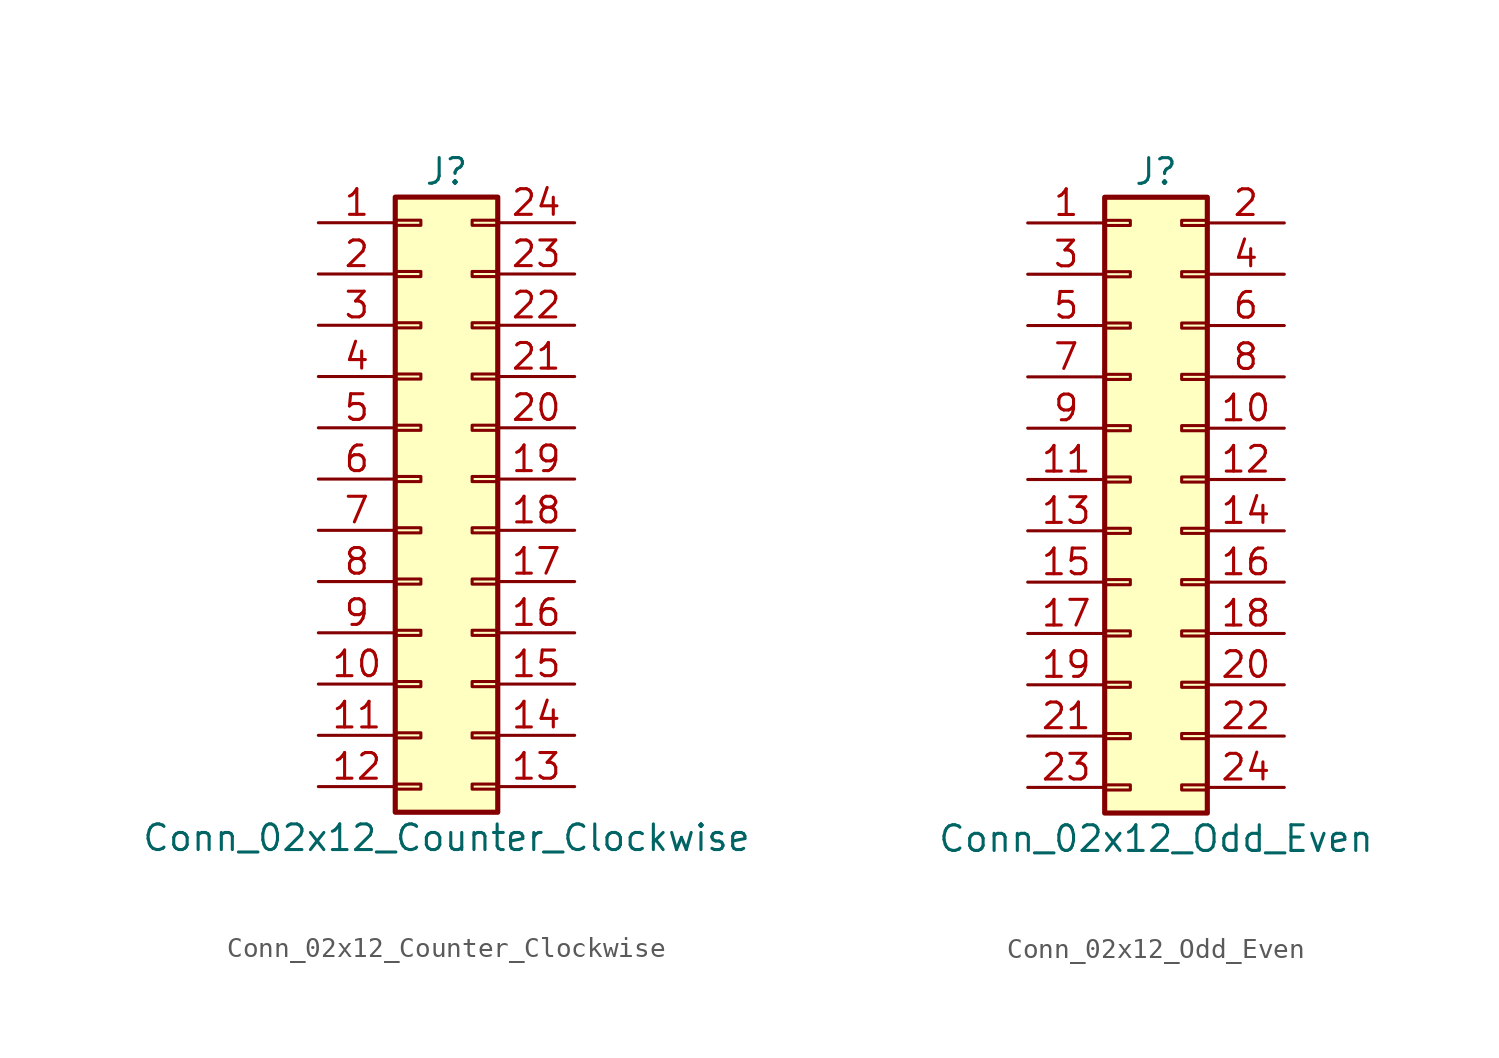
<source format=kicad_sym>
(kicad_symbol_lib
  (version 20201005)
  (generator kicad_symbol_editor)
  (symbol "Connector_Generic:Conn_02x12_Counter_Clockwise"
    (pin_names
      (offset 1.016) hide)
    (property "Reference" "J"
      (at 1.27 15.24 0)
      (effects (font (size 1.27 1.27))))
    (property "Value" "Conn_02x12_Counter_Clockwise"
      (at 1.27 -17.78 0)
      (effects (font (size 1.27 1.27))))
    (symbol "Conn_02x12_Counter_Clockwise_1_1"
      (rectangle (start -1.27 -4.953) (end 0 -5.207) (stroke (width 0.152)) (fill (type none)))
      (rectangle (start -1.27 -7.493) (end 0 -7.747) (stroke (width 0.152)) (fill (type none)))
      (rectangle (start -1.27 -10.033) (end 0 -10.287) (stroke (width 0.152)) (fill (type none)))
      (rectangle (start -1.27 -12.573) (end 0 -12.827) (stroke (width 0.152)) (fill (type none)))
      (rectangle (start -1.27 -15.113) (end 0 -15.367) (stroke (width 0.152)) (fill (type none)))
      (rectangle (start -1.27 -2.413) (end 0 -2.667) (stroke (width 0.152)) (fill (type none)))
      (rectangle (start -1.27 2.667) (end 0 2.413) (stroke (width 0.152)) (fill (type none)))
      (rectangle (start -1.27 5.207) (end 0 4.953) (stroke (width 0.152)) (fill (type none)))
      (rectangle (start -1.27 7.747) (end 0 7.493) (stroke (width 0.152)) (fill (type none)))
      (rectangle (start -1.27 10.287) (end 0 10.033) (stroke (width 0.152)) (fill (type none)))
      (rectangle (start -1.27 0.127) (end 0 -0.127) (stroke (width 0.152)) (fill (type none)))
      (rectangle (start -1.27 12.827) (end 0 12.573) (stroke (width 0.152)) (fill (type none)))
      (rectangle (start -1.27 13.97) (end 3.81 -16.51) (stroke (width 0.254)) (fill (type background)))
      (rectangle (start 3.81 -4.953) (end 2.54 -5.207) (stroke (width 0.152)) (fill (type none)))
      (rectangle (start 3.81 -7.493) (end 2.54 -7.747) (stroke (width 0.152)) (fill (type none)))
      (rectangle (start 3.81 -10.033) (end 2.54 -10.287) (stroke (width 0.152)) (fill (type none)))
      (rectangle (start 3.81 -12.573) (end 2.54 -12.827) (stroke (width 0.152)) (fill (type none)))
      (rectangle (start 3.81 -15.113) (end 2.54 -15.367) (stroke (width 0.152)) (fill (type none)))
      (rectangle (start 3.81 -2.413) (end 2.54 -2.667) (stroke (width 0.152)) (fill (type none)))
      (rectangle (start 3.81 2.667) (end 2.54 2.413) (stroke (width 0.152)) (fill (type none)))
      (rectangle (start 3.81 5.207) (end 2.54 4.953) (stroke (width 0.152)) (fill (type none)))
      (rectangle (start 3.81 7.747) (end 2.54 7.493) (stroke (width 0.152)) (fill (type none)))
      (rectangle (start 3.81 10.287) (end 2.54 10.033) (stroke (width 0.152)) (fill (type none)))
      (rectangle (start 3.81 0.127) (end 2.54 -0.127) (stroke (width 0.152)) (fill (type none)))
      (rectangle (start 3.81 12.827) (end 2.54 12.573) (stroke (width 0.152)) (fill (type none)))
      (pin passive line (at -5.08 12.7 0) (length 3.81) (name "Pin_1" (effects (font (size 1.27 1.27)))) (number "1" (effects (font (size 1.27 1.27)))))
      (pin passive line (at -5.08 -10.16 0) (length 3.81) (name "Pin_10" (effects (font (size 1.27 1.27)))) (number "10" (effects (font (size 1.27 1.27)))))
      (pin passive line (at -5.08 -12.7 0) (length 3.81) (name "Pin_11" (effects (font (size 1.27 1.27)))) (number "11" (effects (font (size 1.27 1.27)))))
      (pin passive line (at -5.08 -15.24 0) (length 3.81) (name "Pin_12" (effects (font (size 1.27 1.27)))) (number "12" (effects (font (size 1.27 1.27)))))
      (pin passive line (at 7.62 -15.24 180) (length 3.81) (name "Pin_13" (effects (font (size 1.27 1.27)))) (number "13" (effects (font (size 1.27 1.27)))))
      (pin passive line (at 7.62 -12.7 180) (length 3.81) (name "Pin_14" (effects (font (size 1.27 1.27)))) (number "14" (effects (font (size 1.27 1.27)))))
      (pin passive line (at 7.62 -10.16 180) (length 3.81) (name "Pin_15" (effects (font (size 1.27 1.27)))) (number "15" (effects (font (size 1.27 1.27)))))
      (pin passive line (at 7.62 -7.62 180) (length 3.81) (name "Pin_16" (effects (font (size 1.27 1.27)))) (number "16" (effects (font (size 1.27 1.27)))))
      (pin passive line (at 7.62 -5.08 180) (length 3.81) (name "Pin_17" (effects (font (size 1.27 1.27)))) (number "17" (effects (font (size 1.27 1.27)))))
      (pin passive line (at 7.62 -2.54 180) (length 3.81) (name "Pin_18" (effects (font (size 1.27 1.27)))) (number "18" (effects (font (size 1.27 1.27)))))
      (pin passive line (at 7.62 0 180) (length 3.81) (name "Pin_19" (effects (font (size 1.27 1.27)))) (number "19" (effects (font (size 1.27 1.27)))))
      (pin passive line (at -5.08 10.16 0) (length 3.81) (name "Pin_2" (effects (font (size 1.27 1.27)))) (number "2" (effects (font (size 1.27 1.27)))))
      (pin passive line (at 7.62 2.54 180) (length 3.81) (name "Pin_20" (effects (font (size 1.27 1.27)))) (number "20" (effects (font (size 1.27 1.27)))))
      (pin passive line (at 7.62 5.08 180) (length 3.81) (name "Pin_21" (effects (font (size 1.27 1.27)))) (number "21" (effects (font (size 1.27 1.27)))))
      (pin passive line (at 7.62 7.62 180) (length 3.81) (name "Pin_22" (effects (font (size 1.27 1.27)))) (number "22" (effects (font (size 1.27 1.27)))))
      (pin passive line (at 7.62 10.16 180) (length 3.81) (name "Pin_23" (effects (font (size 1.27 1.27)))) (number "23" (effects (font (size 1.27 1.27)))))
      (pin passive line (at 7.62 12.7 180) (length 3.81) (name "Pin_24" (effects (font (size 1.27 1.27)))) (number "24" (effects (font (size 1.27 1.27)))))
      (pin passive line (at -5.08 7.62 0) (length 3.81) (name "Pin_3" (effects (font (size 1.27 1.27)))) (number "3" (effects (font (size 1.27 1.27)))))
      (pin passive line (at -5.08 5.08 0) (length 3.81) (name "Pin_4" (effects (font (size 1.27 1.27)))) (number "4" (effects (font (size 1.27 1.27)))))
      (pin passive line (at -5.08 2.54 0) (length 3.81) (name "Pin_5" (effects (font (size 1.27 1.27)))) (number "5" (effects (font (size 1.27 1.27)))))
      (pin passive line (at -5.08 0 0) (length 3.81) (name "Pin_6" (effects (font (size 1.27 1.27)))) (number "6" (effects (font (size 1.27 1.27)))))
      (pin passive line (at -5.08 -2.54 0) (length 3.81) (name "Pin_7" (effects (font (size 1.27 1.27)))) (number "7" (effects (font (size 1.27 1.27)))))
      (pin passive line (at -5.08 -5.08 0) (length 3.81) (name "Pin_8" (effects (font (size 1.27 1.27)))) (number "8" (effects (font (size 1.27 1.27)))))
      (pin passive line (at -5.08 -7.62 0) (length 3.81) (name "Pin_9" (effects (font (size 1.27 1.27)))) (number "9" (effects (font (size 1.27 1.27)))))))
  (symbol "Connector_Generic:Conn_02x12_Odd_Even"
    (pin_names
      (offset 1.016) hide)
    (property "Reference" "J"
      (at 1.27 15.24 0)
      (effects (font (size 1.27 1.27))))
    (property "Value" "Conn_02x12_Odd_Even"
      (at 1.27 -17.78 0)
      (effects (font (size 1.27 1.27))))
    (symbol "Conn_02x12_Odd_Even_1_1"
      (rectangle (start -1.27 -4.953) (end 0 -5.207) (stroke (width 0.152)) (fill (type none)))
      (rectangle (start -1.27 -7.493) (end 0 -7.747) (stroke (width 0.152)) (fill (type none)))
      (rectangle (start -1.27 -10.033) (end 0 -10.287) (stroke (width 0.152)) (fill (type none)))
      (rectangle (start -1.27 -12.573) (end 0 -12.827) (stroke (width 0.152)) (fill (type none)))
      (rectangle (start -1.27 -15.113) (end 0 -15.367) (stroke (width 0.152)) (fill (type none)))
      (rectangle (start -1.27 -2.413) (end 0 -2.667) (stroke (width 0.152)) (fill (type none)))
      (rectangle (start -1.27 2.667) (end 0 2.413) (stroke (width 0.152)) (fill (type none)))
      (rectangle (start -1.27 5.207) (end 0 4.953) (stroke (width 0.152)) (fill (type none)))
      (rectangle (start -1.27 7.747) (end 0 7.493) (stroke (width 0.152)) (fill (type none)))
      (rectangle (start -1.27 10.287) (end 0 10.033) (stroke (width 0.152)) (fill (type none)))
      (rectangle (start -1.27 0.127) (end 0 -0.127) (stroke (width 0.152)) (fill (type none)))
      (rectangle (start -1.27 12.827) (end 0 12.573) (stroke (width 0.152)) (fill (type none)))
      (rectangle (start -1.27 13.97) (end 3.81 -16.51) (stroke (width 0.254)) (fill (type background)))
      (rectangle (start 3.81 -4.953) (end 2.54 -5.207) (stroke (width 0.152)) (fill (type none)))
      (rectangle (start 3.81 -7.493) (end 2.54 -7.747) (stroke (width 0.152)) (fill (type none)))
      (rectangle (start 3.81 -10.033) (end 2.54 -10.287) (stroke (width 0.152)) (fill (type none)))
      (rectangle (start 3.81 -12.573) (end 2.54 -12.827) (stroke (width 0.152)) (fill (type none)))
      (rectangle (start 3.81 -15.113) (end 2.54 -15.367) (stroke (width 0.152)) (fill (type none)))
      (rectangle (start 3.81 -2.413) (end 2.54 -2.667) (stroke (width 0.152)) (fill (type none)))
      (rectangle (start 3.81 2.667) (end 2.54 2.413) (stroke (width 0.152)) (fill (type none)))
      (rectangle (start 3.81 5.207) (end 2.54 4.953) (stroke (width 0.152)) (fill (type none)))
      (rectangle (start 3.81 7.747) (end 2.54 7.493) (stroke (width 0.152)) (fill (type none)))
      (rectangle (start 3.81 10.287) (end 2.54 10.033) (stroke (width 0.152)) (fill (type none)))
      (rectangle (start 3.81 0.127) (end 2.54 -0.127) (stroke (width 0.152)) (fill (type none)))
      (rectangle (start 3.81 12.827) (end 2.54 12.573) (stroke (width 0.152)) (fill (type none)))
      (pin passive line (at -5.08 12.7 0) (length 3.81) (name "Pin_1" (effects (font (size 1.27 1.27)))) (number "1" (effects (font (size 1.27 1.27)))))
      (pin passive line (at 7.62 2.54 180) (length 3.81) (name "Pin_10" (effects (font (size 1.27 1.27)))) (number "10" (effects (font (size 1.27 1.27)))))
      (pin passive line (at -5.08 0 0) (length 3.81) (name "Pin_11" (effects (font (size 1.27 1.27)))) (number "11" (effects (font (size 1.27 1.27)))))
      (pin passive line (at 7.62 0 180) (length 3.81) (name "Pin_12" (effects (font (size 1.27 1.27)))) (number "12" (effects (font (size 1.27 1.27)))))
      (pin passive line (at -5.08 -2.54 0) (length 3.81) (name "Pin_13" (effects (font (size 1.27 1.27)))) (number "13" (effects (font (size 1.27 1.27)))))
      (pin passive line (at 7.62 -2.54 180) (length 3.81) (name "Pin_14" (effects (font (size 1.27 1.27)))) (number "14" (effects (font (size 1.27 1.27)))))
      (pin passive line (at -5.08 -5.08 0) (length 3.81) (name "Pin_15" (effects (font (size 1.27 1.27)))) (number "15" (effects (font (size 1.27 1.27)))))
      (pin passive line (at 7.62 -5.08 180) (length 3.81) (name "Pin_16" (effects (font (size 1.27 1.27)))) (number "16" (effects (font (size 1.27 1.27)))))
      (pin passive line (at -5.08 -7.62 0) (length 3.81) (name "Pin_17" (effects (font (size 1.27 1.27)))) (number "17" (effects (font (size 1.27 1.27)))))
      (pin passive line (at 7.62 -7.62 180) (length 3.81) (name "Pin_18" (effects (font (size 1.27 1.27)))) (number "18" (effects (font (size 1.27 1.27)))))
      (pin passive line (at -5.08 -10.16 0) (length 3.81) (name "Pin_19" (effects (font (size 1.27 1.27)))) (number "19" (effects (font (size 1.27 1.27)))))
      (pin passive line (at 7.62 12.7 180) (length 3.81) (name "Pin_2" (effects (font (size 1.27 1.27)))) (number "2" (effects (font (size 1.27 1.27)))))
      (pin passive line (at 7.62 -10.16 180) (length 3.81) (name "Pin_20" (effects (font (size 1.27 1.27)))) (number "20" (effects (font (size 1.27 1.27)))))
      (pin passive line (at -5.08 -12.7 0) (length 3.81) (name "Pin_21" (effects (font (size 1.27 1.27)))) (number "21" (effects (font (size 1.27 1.27)))))
      (pin passive line (at 7.62 -12.7 180) (length 3.81) (name "Pin_22" (effects (font (size 1.27 1.27)))) (number "22" (effects (font (size 1.27 1.27)))))
      (pin passive line (at -5.08 -15.24 0) (length 3.81) (name "Pin_23" (effects (font (size 1.27 1.27)))) (number "23" (effects (font (size 1.27 1.27)))))
      (pin passive line (at 7.62 -15.24 180) (length 3.81) (name "Pin_24" (effects (font (size 1.27 1.27)))) (number "24" (effects (font (size 1.27 1.27)))))
      (pin passive line (at -5.08 10.16 0) (length 3.81) (name "Pin_3" (effects (font (size 1.27 1.27)))) (number "3" (effects (font (size 1.27 1.27)))))
      (pin passive line (at 7.62 10.16 180) (length 3.81) (name "Pin_4" (effects (font (size 1.27 1.27)))) (number "4" (effects (font (size 1.27 1.27)))))
      (pin passive line (at -5.08 7.62 0) (length 3.81) (name "Pin_5" (effects (font (size 1.27 1.27)))) (number "5" (effects (font (size 1.27 1.27)))))
      (pin passive line (at 7.62 7.62 180) (length 3.81) (name "Pin_6" (effects (font (size 1.27 1.27)))) (number "6" (effects (font (size 1.27 1.27)))))
      (pin passive line (at -5.08 5.08 0) (length 3.81) (name "Pin_7" (effects (font (size 1.27 1.27)))) (number "7" (effects (font (size 1.27 1.27)))))
      (pin passive line (at 7.62 5.08 180) (length 3.81) (name "Pin_8" (effects (font (size 1.27 1.27)))) (number "8" (effects (font (size 1.27 1.27)))))
      (pin passive line (at -5.08 2.54 0) (length 3.81) (name "Pin_9" (effects (font (size 1.27 1.27)))) (number "9" (effects (font (size 1.27 1.27))))))))
</source>
